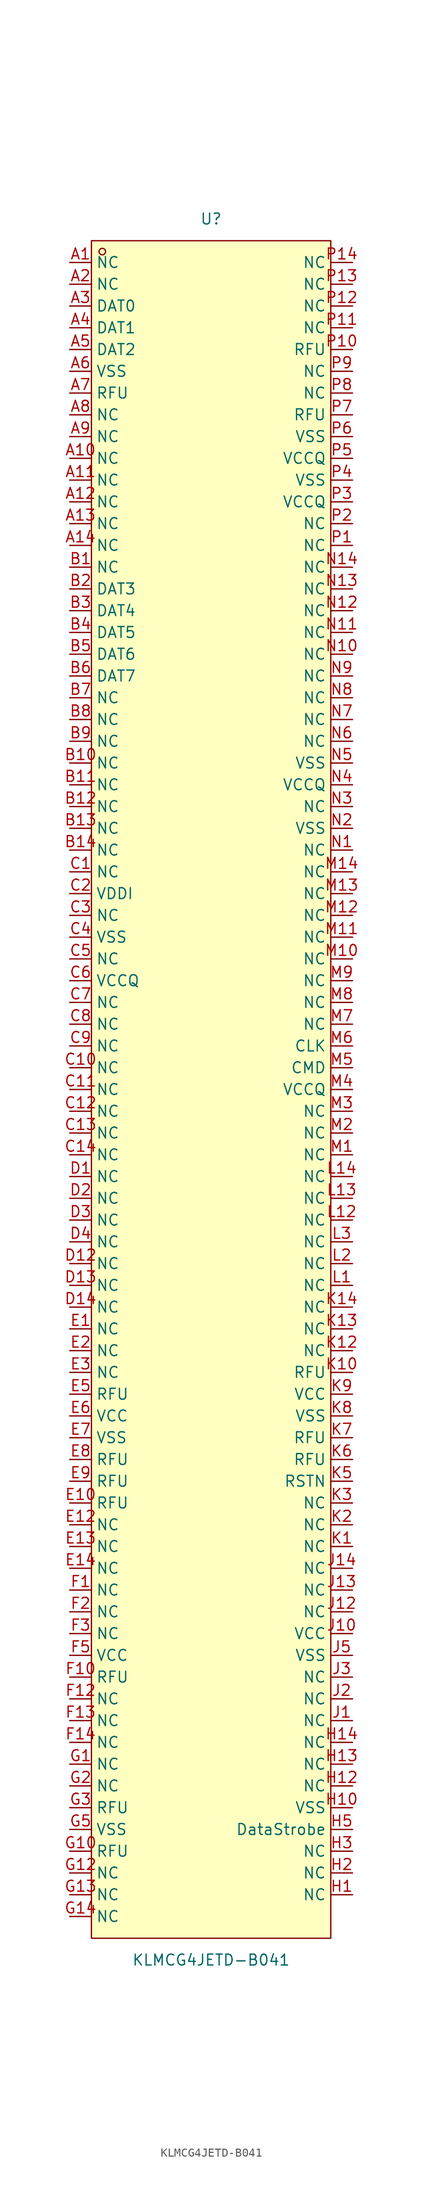
<source format=kicad_sym>
(kicad_symbol_lib
  (version 20211014)
  (generator https://github.com/uPesy/easyeda2kicad.py)
  (symbol "KLMCG4JETD-B041"
    (property "Reference" "U"
      (at 0 101.60 0)
      (effects (font (size 1.27 1.27))))
    (property "Value" "KLMCG4JETD-B041"
      (at 0 -101.60 0)
      (effects (font (size 1.27 1.27))))
    (symbol "KLMCG4JETD-B041_0_1"
      (rectangle (start -13.97 99.06) (end 13.97 -99.06) (stroke (width 0) (type default) (color 0 0 0 0)) (fill (type background)))
      (circle (center -12.70 97.79) (radius 0.38) (stroke (width 0) (type default) (color 0 0 0 0)) (fill (type none)))
      (pin unspecified line (at -16.51 96.52 0) (length 2.54) (name "NC" (effects (font (size 1.27 1.27)))) (number "A1" (effects (font (size 1.27 1.27)))))
      (pin unspecified line (at -16.51 93.98 0) (length 2.54) (name "NC" (effects (font (size 1.27 1.27)))) (number "A2" (effects (font (size 1.27 1.27)))))
      (pin unspecified line (at -16.51 91.44 0) (length 2.54) (name "DAT0" (effects (font (size 1.27 1.27)))) (number "A3" (effects (font (size 1.27 1.27)))))
      (pin unspecified line (at -16.51 88.90 0) (length 2.54) (name "DAT1" (effects (font (size 1.27 1.27)))) (number "A4" (effects (font (size 1.27 1.27)))))
      (pin unspecified line (at -16.51 86.36 0) (length 2.54) (name "DAT2" (effects (font (size 1.27 1.27)))) (number "A5" (effects (font (size 1.27 1.27)))))
      (pin unspecified line (at -16.51 83.82 0) (length 2.54) (name "VSS" (effects (font (size 1.27 1.27)))) (number "A6" (effects (font (size 1.27 1.27)))))
      (pin unspecified line (at -16.51 81.28 0) (length 2.54) (name "RFU" (effects (font (size 1.27 1.27)))) (number "A7" (effects (font (size 1.27 1.27)))))
      (pin unspecified line (at -16.51 78.74 0) (length 2.54) (name "NC" (effects (font (size 1.27 1.27)))) (number "A8" (effects (font (size 1.27 1.27)))))
      (pin unspecified line (at -16.51 76.20 0) (length 2.54) (name "NC" (effects (font (size 1.27 1.27)))) (number "A9" (effects (font (size 1.27 1.27)))))
      (pin unspecified line (at -16.51 73.66 0) (length 2.54) (name "NC" (effects (font (size 1.27 1.27)))) (number "A10" (effects (font (size 1.27 1.27)))))
      (pin unspecified line (at -16.51 71.12 0) (length 2.54) (name "NC" (effects (font (size 1.27 1.27)))) (number "A11" (effects (font (size 1.27 1.27)))))
      (pin unspecified line (at -16.51 68.58 0) (length 2.54) (name "NC" (effects (font (size 1.27 1.27)))) (number "A12" (effects (font (size 1.27 1.27)))))
      (pin unspecified line (at -16.51 66.04 0) (length 2.54) (name "NC" (effects (font (size 1.27 1.27)))) (number "A13" (effects (font (size 1.27 1.27)))))
      (pin unspecified line (at -16.51 63.50 0) (length 2.54) (name "NC" (effects (font (size 1.27 1.27)))) (number "A14" (effects (font (size 1.27 1.27)))))
      (pin unspecified line (at -16.51 60.96 0) (length 2.54) (name "NC" (effects (font (size 1.27 1.27)))) (number "B1" (effects (font (size 1.27 1.27)))))
      (pin unspecified line (at -16.51 58.42 0) (length 2.54) (name "DAT3" (effects (font (size 1.27 1.27)))) (number "B2" (effects (font (size 1.27 1.27)))))
      (pin unspecified line (at -16.51 55.88 0) (length 2.54) (name "DAT4" (effects (font (size 1.27 1.27)))) (number "B3" (effects (font (size 1.27 1.27)))))
      (pin unspecified line (at -16.51 53.34 0) (length 2.54) (name "DAT5" (effects (font (size 1.27 1.27)))) (number "B4" (effects (font (size 1.27 1.27)))))
      (pin unspecified line (at -16.51 50.80 0) (length 2.54) (name "DAT6" (effects (font (size 1.27 1.27)))) (number "B5" (effects (font (size 1.27 1.27)))))
      (pin unspecified line (at -16.51 48.26 0) (length 2.54) (name "DAT7" (effects (font (size 1.27 1.27)))) (number "B6" (effects (font (size 1.27 1.27)))))
      (pin unspecified line (at -16.51 45.72 0) (length 2.54) (name "NC" (effects (font (size 1.27 1.27)))) (number "B7" (effects (font (size 1.27 1.27)))))
      (pin unspecified line (at -16.51 43.18 0) (length 2.54) (name "NC" (effects (font (size 1.27 1.27)))) (number "B8" (effects (font (size 1.27 1.27)))))
      (pin unspecified line (at -16.51 40.64 0) (length 2.54) (name "NC" (effects (font (size 1.27 1.27)))) (number "B9" (effects (font (size 1.27 1.27)))))
      (pin unspecified line (at -16.51 38.10 0) (length 2.54) (name "NC" (effects (font (size 1.27 1.27)))) (number "B10" (effects (font (size 1.27 1.27)))))
      (pin unspecified line (at -16.51 35.56 0) (length 2.54) (name "NC" (effects (font (size 1.27 1.27)))) (number "B11" (effects (font (size 1.27 1.27)))))
      (pin unspecified line (at -16.51 33.02 0) (length 2.54) (name "NC" (effects (font (size 1.27 1.27)))) (number "B12" (effects (font (size 1.27 1.27)))))
      (pin unspecified line (at -16.51 30.48 0) (length 2.54) (name "NC" (effects (font (size 1.27 1.27)))) (number "B13" (effects (font (size 1.27 1.27)))))
      (pin unspecified line (at -16.51 27.94 0) (length 2.54) (name "NC" (effects (font (size 1.27 1.27)))) (number "B14" (effects (font (size 1.27 1.27)))))
      (pin unspecified line (at -16.51 25.40 0) (length 2.54) (name "NC" (effects (font (size 1.27 1.27)))) (number "C1" (effects (font (size 1.27 1.27)))))
      (pin unspecified line (at -16.51 22.86 0) (length 2.54) (name "VDDI" (effects (font (size 1.27 1.27)))) (number "C2" (effects (font (size 1.27 1.27)))))
      (pin unspecified line (at -16.51 20.32 0) (length 2.54) (name "NC" (effects (font (size 1.27 1.27)))) (number "C3" (effects (font (size 1.27 1.27)))))
      (pin unspecified line (at -16.51 17.78 0) (length 2.54) (name "VSS" (effects (font (size 1.27 1.27)))) (number "C4" (effects (font (size 1.27 1.27)))))
      (pin unspecified line (at -16.51 15.24 0) (length 2.54) (name "NC" (effects (font (size 1.27 1.27)))) (number "C5" (effects (font (size 1.27 1.27)))))
      (pin unspecified line (at -16.51 12.70 0) (length 2.54) (name "VCCQ" (effects (font (size 1.27 1.27)))) (number "C6" (effects (font (size 1.27 1.27)))))
      (pin unspecified line (at -16.51 10.16 0) (length 2.54) (name "NC" (effects (font (size 1.27 1.27)))) (number "C7" (effects (font (size 1.27 1.27)))))
      (pin unspecified line (at -16.51 7.62 0) (length 2.54) (name "NC" (effects (font (size 1.27 1.27)))) (number "C8" (effects (font (size 1.27 1.27)))))
      (pin unspecified line (at -16.51 5.08 0) (length 2.54) (name "NC" (effects (font (size 1.27 1.27)))) (number "C9" (effects (font (size 1.27 1.27)))))
      (pin unspecified line (at -16.51 2.54 0) (length 2.54) (name "NC" (effects (font (size 1.27 1.27)))) (number "C10" (effects (font (size 1.27 1.27)))))
      (pin unspecified line (at -16.51 -0.00 0) (length 2.54) (name "NC" (effects (font (size 1.27 1.27)))) (number "C11" (effects (font (size 1.27 1.27)))))
      (pin unspecified line (at -16.51 -2.54 0) (length 2.54) (name "NC" (effects (font (size 1.27 1.27)))) (number "C12" (effects (font (size 1.27 1.27)))))
      (pin unspecified line (at -16.51 -5.08 0) (length 2.54) (name "NC" (effects (font (size 1.27 1.27)))) (number "C13" (effects (font (size 1.27 1.27)))))
      (pin unspecified line (at -16.51 -7.62 0) (length 2.54) (name "NC" (effects (font (size 1.27 1.27)))) (number "C14" (effects (font (size 1.27 1.27)))))
      (pin unspecified line (at -16.51 -10.16 0) (length 2.54) (name "NC" (effects (font (size 1.27 1.27)))) (number "D1" (effects (font (size 1.27 1.27)))))
      (pin unspecified line (at -16.51 -12.70 0) (length 2.54) (name "NC" (effects (font (size 1.27 1.27)))) (number "D2" (effects (font (size 1.27 1.27)))))
      (pin unspecified line (at -16.51 -15.24 0) (length 2.54) (name "NC" (effects (font (size 1.27 1.27)))) (number "D3" (effects (font (size 1.27 1.27)))))
      (pin unspecified line (at -16.51 -17.78 0) (length 2.54) (name "NC" (effects (font (size 1.27 1.27)))) (number "D4" (effects (font (size 1.27 1.27)))))
      (pin unspecified line (at -16.51 -20.32 0) (length 2.54) (name "NC" (effects (font (size 1.27 1.27)))) (number "D12" (effects (font (size 1.27 1.27)))))
      (pin unspecified line (at -16.51 -22.86 0) (length 2.54) (name "NC" (effects (font (size 1.27 1.27)))) (number "D13" (effects (font (size 1.27 1.27)))))
      (pin unspecified line (at -16.51 -25.40 0) (length 2.54) (name "NC" (effects (font (size 1.27 1.27)))) (number "D14" (effects (font (size 1.27 1.27)))))
      (pin unspecified line (at -16.51 -27.94 0) (length 2.54) (name "NC" (effects (font (size 1.27 1.27)))) (number "E1" (effects (font (size 1.27 1.27)))))
      (pin unspecified line (at -16.51 -30.48 0) (length 2.54) (name "NC" (effects (font (size 1.27 1.27)))) (number "E2" (effects (font (size 1.27 1.27)))))
      (pin unspecified line (at -16.51 -33.02 0) (length 2.54) (name "NC" (effects (font (size 1.27 1.27)))) (number "E3" (effects (font (size 1.27 1.27)))))
      (pin unspecified line (at -16.51 -35.56 0) (length 2.54) (name "RFU" (effects (font (size 1.27 1.27)))) (number "E5" (effects (font (size 1.27 1.27)))))
      (pin unspecified line (at -16.51 -38.10 0) (length 2.54) (name "VCC" (effects (font (size 1.27 1.27)))) (number "E6" (effects (font (size 1.27 1.27)))))
      (pin unspecified line (at -16.51 -40.64 0) (length 2.54) (name "VSS" (effects (font (size 1.27 1.27)))) (number "E7" (effects (font (size 1.27 1.27)))))
      (pin unspecified line (at -16.51 -43.18 0) (length 2.54) (name "RFU" (effects (font (size 1.27 1.27)))) (number "E8" (effects (font (size 1.27 1.27)))))
      (pin unspecified line (at -16.51 -45.72 0) (length 2.54) (name "RFU" (effects (font (size 1.27 1.27)))) (number "E9" (effects (font (size 1.27 1.27)))))
      (pin unspecified line (at -16.51 -48.26 0) (length 2.54) (name "RFU" (effects (font (size 1.27 1.27)))) (number "E10" (effects (font (size 1.27 1.27)))))
      (pin unspecified line (at -16.51 -50.80 0) (length 2.54) (name "NC" (effects (font (size 1.27 1.27)))) (number "E12" (effects (font (size 1.27 1.27)))))
      (pin unspecified line (at -16.51 -53.34 0) (length 2.54) (name "NC" (effects (font (size 1.27 1.27)))) (number "E13" (effects (font (size 1.27 1.27)))))
      (pin unspecified line (at -16.51 -55.88 0) (length 2.54) (name "NC" (effects (font (size 1.27 1.27)))) (number "E14" (effects (font (size 1.27 1.27)))))
      (pin unspecified line (at -16.51 -58.42 0) (length 2.54) (name "NC" (effects (font (size 1.27 1.27)))) (number "F1" (effects (font (size 1.27 1.27)))))
      (pin unspecified line (at -16.51 -60.96 0) (length 2.54) (name "NC" (effects (font (size 1.27 1.27)))) (number "F2" (effects (font (size 1.27 1.27)))))
      (pin unspecified line (at -16.51 -63.50 0) (length 2.54) (name "NC" (effects (font (size 1.27 1.27)))) (number "F3" (effects (font (size 1.27 1.27)))))
      (pin unspecified line (at -16.51 -66.04 0) (length 2.54) (name "VCC" (effects (font (size 1.27 1.27)))) (number "F5" (effects (font (size 1.27 1.27)))))
      (pin unspecified line (at -16.51 -68.58 0) (length 2.54) (name "RFU" (effects (font (size 1.27 1.27)))) (number "F10" (effects (font (size 1.27 1.27)))))
      (pin unspecified line (at -16.51 -71.12 0) (length 2.54) (name "NC" (effects (font (size 1.27 1.27)))) (number "F12" (effects (font (size 1.27 1.27)))))
      (pin unspecified line (at -16.51 -73.66 0) (length 2.54) (name "NC" (effects (font (size 1.27 1.27)))) (number "F13" (effects (font (size 1.27 1.27)))))
      (pin unspecified line (at -16.51 -76.20 0) (length 2.54) (name "NC" (effects (font (size 1.27 1.27)))) (number "F14" (effects (font (size 1.27 1.27)))))
      (pin unspecified line (at -16.51 -78.74 0) (length 2.54) (name "NC" (effects (font (size 1.27 1.27)))) (number "G1" (effects (font (size 1.27 1.27)))))
      (pin unspecified line (at -16.51 -81.28 0) (length 2.54) (name "NC" (effects (font (size 1.27 1.27)))) (number "G2" (effects (font (size 1.27 1.27)))))
      (pin unspecified line (at -16.51 -83.82 0) (length 2.54) (name "RFU" (effects (font (size 1.27 1.27)))) (number "G3" (effects (font (size 1.27 1.27)))))
      (pin unspecified line (at -16.51 -86.36 0) (length 2.54) (name "VSS" (effects (font (size 1.27 1.27)))) (number "G5" (effects (font (size 1.27 1.27)))))
      (pin unspecified line (at -16.51 -88.90 0) (length 2.54) (name "RFU" (effects (font (size 1.27 1.27)))) (number "G10" (effects (font (size 1.27 1.27)))))
      (pin unspecified line (at -16.51 -91.44 0) (length 2.54) (name "NC" (effects (font (size 1.27 1.27)))) (number "G12" (effects (font (size 1.27 1.27)))))
      (pin unspecified line (at -16.51 -93.98 0) (length 2.54) (name "NC" (effects (font (size 1.27 1.27)))) (number "G13" (effects (font (size 1.27 1.27)))))
      (pin unspecified line (at -16.51 -96.52 0) (length 2.54) (name "NC" (effects (font (size 1.27 1.27)))) (number "G14" (effects (font (size 1.27 1.27)))))
      (pin unspecified line (at 16.51 -93.98 180) (length 2.54) (name "NC" (effects (font (size 1.27 1.27)))) (number "H1" (effects (font (size 1.27 1.27)))))
      (pin unspecified line (at 16.51 -91.44 180) (length 2.54) (name "NC" (effects (font (size 1.27 1.27)))) (number "H2" (effects (font (size 1.27 1.27)))))
      (pin unspecified line (at 16.51 -88.90 180) (length 2.54) (name "NC" (effects (font (size 1.27 1.27)))) (number "H3" (effects (font (size 1.27 1.27)))))
      (pin unspecified line (at 16.51 -86.36 180) (length 2.54) (name "DataStrobe" (effects (font (size 1.27 1.27)))) (number "H5" (effects (font (size 1.27 1.27)))))
      (pin unspecified line (at 16.51 -83.82 180) (length 2.54) (name "VSS" (effects (font (size 1.27 1.27)))) (number "H10" (effects (font (size 1.27 1.27)))))
      (pin unspecified line (at 16.51 -81.28 180) (length 2.54) (name "NC" (effects (font (size 1.27 1.27)))) (number "H12" (effects (font (size 1.27 1.27)))))
      (pin unspecified line (at 16.51 -78.74 180) (length 2.54) (name "NC" (effects (font (size 1.27 1.27)))) (number "H13" (effects (font (size 1.27 1.27)))))
      (pin unspecified line (at 16.51 -76.20 180) (length 2.54) (name "NC" (effects (font (size 1.27 1.27)))) (number "H14" (effects (font (size 1.27 1.27)))))
      (pin unspecified line (at 16.51 -73.66 180) (length 2.54) (name "NC" (effects (font (size 1.27 1.27)))) (number "J1" (effects (font (size 1.27 1.27)))))
      (pin unspecified line (at 16.51 -71.12 180) (length 2.54) (name "NC" (effects (font (size 1.27 1.27)))) (number "J2" (effects (font (size 1.27 1.27)))))
      (pin unspecified line (at 16.51 -68.58 180) (length 2.54) (name "NC" (effects (font (size 1.27 1.27)))) (number "J3" (effects (font (size 1.27 1.27)))))
      (pin unspecified line (at 16.51 -66.04 180) (length 2.54) (name "VSS" (effects (font (size 1.27 1.27)))) (number "J5" (effects (font (size 1.27 1.27)))))
      (pin unspecified line (at 16.51 -63.50 180) (length 2.54) (name "VCC" (effects (font (size 1.27 1.27)))) (number "J10" (effects (font (size 1.27 1.27)))))
      (pin unspecified line (at 16.51 -60.96 180) (length 2.54) (name "NC" (effects (font (size 1.27 1.27)))) (number "J12" (effects (font (size 1.27 1.27)))))
      (pin unspecified line (at 16.51 -58.42 180) (length 2.54) (name "NC" (effects (font (size 1.27 1.27)))) (number "J13" (effects (font (size 1.27 1.27)))))
      (pin unspecified line (at 16.51 -55.88 180) (length 2.54) (name "NC" (effects (font (size 1.27 1.27)))) (number "J14" (effects (font (size 1.27 1.27)))))
      (pin unspecified line (at 16.51 -53.34 180) (length 2.54) (name "NC" (effects (font (size 1.27 1.27)))) (number "K1" (effects (font (size 1.27 1.27)))))
      (pin unspecified line (at 16.51 -50.80 180) (length 2.54) (name "NC" (effects (font (size 1.27 1.27)))) (number "K2" (effects (font (size 1.27 1.27)))))
      (pin unspecified line (at 16.51 -48.26 180) (length 2.54) (name "NC" (effects (font (size 1.27 1.27)))) (number "K3" (effects (font (size 1.27 1.27)))))
      (pin unspecified line (at 16.51 -45.72 180) (length 2.54) (name "RSTN" (effects (font (size 1.27 1.27)))) (number "K5" (effects (font (size 1.27 1.27)))))
      (pin unspecified line (at 16.51 -43.18 180) (length 2.54) (name "RFU" (effects (font (size 1.27 1.27)))) (number "K6" (effects (font (size 1.27 1.27)))))
      (pin unspecified line (at 16.51 -40.64 180) (length 2.54) (name "RFU" (effects (font (size 1.27 1.27)))) (number "K7" (effects (font (size 1.27 1.27)))))
      (pin unspecified line (at 16.51 -38.10 180) (length 2.54) (name "VSS" (effects (font (size 1.27 1.27)))) (number "K8" (effects (font (size 1.27 1.27)))))
      (pin unspecified line (at 16.51 -35.56 180) (length 2.54) (name "VCC" (effects (font (size 1.27 1.27)))) (number "K9" (effects (font (size 1.27 1.27)))))
      (pin unspecified line (at 16.51 -33.02 180) (length 2.54) (name "RFU" (effects (font (size 1.27 1.27)))) (number "K10" (effects (font (size 1.27 1.27)))))
      (pin unspecified line (at 16.51 -30.48 180) (length 2.54) (name "NC" (effects (font (size 1.27 1.27)))) (number "K12" (effects (font (size 1.27 1.27)))))
      (pin unspecified line (at 16.51 -27.94 180) (length 2.54) (name "NC" (effects (font (size 1.27 1.27)))) (number "K13" (effects (font (size 1.27 1.27)))))
      (pin unspecified line (at 16.51 -25.40 180) (length 2.54) (name "NC" (effects (font (size 1.27 1.27)))) (number "K14" (effects (font (size 1.27 1.27)))))
      (pin unspecified line (at 16.51 -22.86 180) (length 2.54) (name "NC" (effects (font (size 1.27 1.27)))) (number "L1" (effects (font (size 1.27 1.27)))))
      (pin unspecified line (at 16.51 -20.32 180) (length 2.54) (name "NC" (effects (font (size 1.27 1.27)))) (number "L2" (effects (font (size 1.27 1.27)))))
      (pin unspecified line (at 16.51 -17.78 180) (length 2.54) (name "NC" (effects (font (size 1.27 1.27)))) (number "L3" (effects (font (size 1.27 1.27)))))
      (pin unspecified line (at 16.51 -15.24 180) (length 2.54) (name "NC" (effects (font (size 1.27 1.27)))) (number "L12" (effects (font (size 1.27 1.27)))))
      (pin unspecified line (at 16.51 -12.70 180) (length 2.54) (name "NC" (effects (font (size 1.27 1.27)))) (number "L13" (effects (font (size 1.27 1.27)))))
      (pin unspecified line (at 16.51 -10.16 180) (length 2.54) (name "NC" (effects (font (size 1.27 1.27)))) (number "L14" (effects (font (size 1.27 1.27)))))
      (pin unspecified line (at 16.51 -7.62 180) (length 2.54) (name "NC" (effects (font (size 1.27 1.27)))) (number "M1" (effects (font (size 1.27 1.27)))))
      (pin unspecified line (at 16.51 -5.08 180) (length 2.54) (name "NC" (effects (font (size 1.27 1.27)))) (number "M2" (effects (font (size 1.27 1.27)))))
      (pin unspecified line (at 16.51 -2.54 180) (length 2.54) (name "NC" (effects (font (size 1.27 1.27)))) (number "M3" (effects (font (size 1.27 1.27)))))
      (pin unspecified line (at 16.51 -0.00 180) (length 2.54) (name "VCCQ" (effects (font (size 1.27 1.27)))) (number "M4" (effects (font (size 1.27 1.27)))))
      (pin unspecified line (at 16.51 2.54 180) (length 2.54) (name "CMD" (effects (font (size 1.27 1.27)))) (number "M5" (effects (font (size 1.27 1.27)))))
      (pin unspecified line (at 16.51 5.08 180) (length 2.54) (name "CLK" (effects (font (size 1.27 1.27)))) (number "M6" (effects (font (size 1.27 1.27)))))
      (pin unspecified line (at 16.51 7.62 180) (length 2.54) (name "NC" (effects (font (size 1.27 1.27)))) (number "M7" (effects (font (size 1.27 1.27)))))
      (pin unspecified line (at 16.51 10.16 180) (length 2.54) (name "NC" (effects (font (size 1.27 1.27)))) (number "M8" (effects (font (size 1.27 1.27)))))
      (pin unspecified line (at 16.51 12.70 180) (length 2.54) (name "NC" (effects (font (size 1.27 1.27)))) (number "M9" (effects (font (size 1.27 1.27)))))
      (pin unspecified line (at 16.51 15.24 180) (length 2.54) (name "NC" (effects (font (size 1.27 1.27)))) (number "M10" (effects (font (size 1.27 1.27)))))
      (pin unspecified line (at 16.51 17.78 180) (length 2.54) (name "NC" (effects (font (size 1.27 1.27)))) (number "M11" (effects (font (size 1.27 1.27)))))
      (pin unspecified line (at 16.51 20.32 180) (length 2.54) (name "NC" (effects (font (size 1.27 1.27)))) (number "M12" (effects (font (size 1.27 1.27)))))
      (pin unspecified line (at 16.51 22.86 180) (length 2.54) (name "NC" (effects (font (size 1.27 1.27)))) (number "M13" (effects (font (size 1.27 1.27)))))
      (pin unspecified line (at 16.51 25.40 180) (length 2.54) (name "NC" (effects (font (size 1.27 1.27)))) (number "M14" (effects (font (size 1.27 1.27)))))
      (pin unspecified line (at 16.51 27.94 180) (length 2.54) (name "NC" (effects (font (size 1.27 1.27)))) (number "N1" (effects (font (size 1.27 1.27)))))
      (pin unspecified line (at 16.51 30.48 180) (length 2.54) (name "VSS" (effects (font (size 1.27 1.27)))) (number "N2" (effects (font (size 1.27 1.27)))))
      (pin unspecified line (at 16.51 33.02 180) (length 2.54) (name "NC" (effects (font (size 1.27 1.27)))) (number "N3" (effects (font (size 1.27 1.27)))))
      (pin unspecified line (at 16.51 35.56 180) (length 2.54) (name "VCCQ" (effects (font (size 1.27 1.27)))) (number "N4" (effects (font (size 1.27 1.27)))))
      (pin unspecified line (at 16.51 38.10 180) (length 2.54) (name "VSS" (effects (font (size 1.27 1.27)))) (number "N5" (effects (font (size 1.27 1.27)))))
      (pin unspecified line (at 16.51 40.64 180) (length 2.54) (name "NC" (effects (font (size 1.27 1.27)))) (number "N6" (effects (font (size 1.27 1.27)))))
      (pin unspecified line (at 16.51 43.18 180) (length 2.54) (name "NC" (effects (font (size 1.27 1.27)))) (number "N7" (effects (font (size 1.27 1.27)))))
      (pin unspecified line (at 16.51 45.72 180) (length 2.54) (name "NC" (effects (font (size 1.27 1.27)))) (number "N8" (effects (font (size 1.27 1.27)))))
      (pin unspecified line (at 16.51 48.26 180) (length 2.54) (name "NC" (effects (font (size 1.27 1.27)))) (number "N9" (effects (font (size 1.27 1.27)))))
      (pin unspecified line (at 16.51 50.80 180) (length 2.54) (name "NC" (effects (font (size 1.27 1.27)))) (number "N10" (effects (font (size 1.27 1.27)))))
      (pin unspecified line (at 16.51 53.34 180) (length 2.54) (name "NC" (effects (font (size 1.27 1.27)))) (number "N11" (effects (font (size 1.27 1.27)))))
      (pin unspecified line (at 16.51 55.88 180) (length 2.54) (name "NC" (effects (font (size 1.27 1.27)))) (number "N12" (effects (font (size 1.27 1.27)))))
      (pin unspecified line (at 16.51 58.42 180) (length 2.54) (name "NC" (effects (font (size 1.27 1.27)))) (number "N13" (effects (font (size 1.27 1.27)))))
      (pin unspecified line (at 16.51 60.96 180) (length 2.54) (name "NC" (effects (font (size 1.27 1.27)))) (number "N14" (effects (font (size 1.27 1.27)))))
      (pin unspecified line (at 16.51 63.50 180) (length 2.54) (name "NC" (effects (font (size 1.27 1.27)))) (number "P1" (effects (font (size 1.27 1.27)))))
      (pin unspecified line (at 16.51 66.04 180) (length 2.54) (name "NC" (effects (font (size 1.27 1.27)))) (number "P2" (effects (font (size 1.27 1.27)))))
      (pin unspecified line (at 16.51 68.58 180) (length 2.54) (name "VCCQ" (effects (font (size 1.27 1.27)))) (number "P3" (effects (font (size 1.27 1.27)))))
      (pin unspecified line (at 16.51 71.12 180) (length 2.54) (name "VSS" (effects (font (size 1.27 1.27)))) (number "P4" (effects (font (size 1.27 1.27)))))
      (pin unspecified line (at 16.51 73.66 180) (length 2.54) (name "VCCQ" (effects (font (size 1.27 1.27)))) (number "P5" (effects (font (size 1.27 1.27)))))
      (pin unspecified line (at 16.51 76.20 180) (length 2.54) (name "VSS" (effects (font (size 1.27 1.27)))) (number "P6" (effects (font (size 1.27 1.27)))))
      (pin unspecified line (at 16.51 78.74 180) (length 2.54) (name "RFU" (effects (font (size 1.27 1.27)))) (number "P7" (effects (font (size 1.27 1.27)))))
      (pin unspecified line (at 16.51 81.28 180) (length 2.54) (name "NC" (effects (font (size 1.27 1.27)))) (number "P8" (effects (font (size 1.27 1.27)))))
      (pin unspecified line (at 16.51 83.82 180) (length 2.54) (name "NC" (effects (font (size 1.27 1.27)))) (number "P9" (effects (font (size 1.27 1.27)))))
      (pin unspecified line (at 16.51 86.36 180) (length 2.54) (name "RFU" (effects (font (size 1.27 1.27)))) (number "P10" (effects (font (size 1.27 1.27)))))
      (pin unspecified line (at 16.51 88.90 180) (length 2.54) (name "NC" (effects (font (size 1.27 1.27)))) (number "P11" (effects (font (size 1.27 1.27)))))
      (pin unspecified line (at 16.51 91.44 180) (length 2.54) (name "NC" (effects (font (size 1.27 1.27)))) (number "P12" (effects (font (size 1.27 1.27)))))
      (pin unspecified line (at 16.51 93.98 180) (length 2.54) (name "NC" (effects (font (size 1.27 1.27)))) (number "P13" (effects (font (size 1.27 1.27)))))
      (pin unspecified line (at 16.51 96.52 180) (length 2.54) (name "NC" (effects (font (size 1.27 1.27)))) (number "P14" (effects (font (size 1.27 1.27))))))))
</source>
